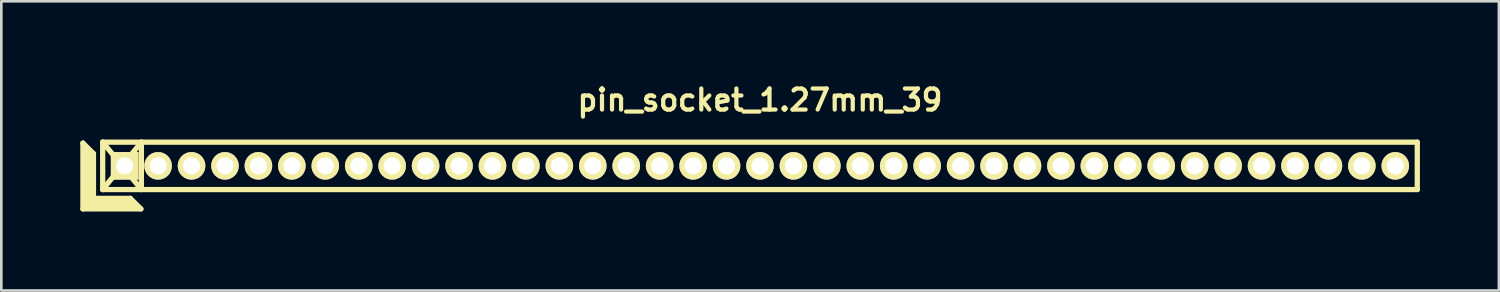
<source format=kicad_pcb>
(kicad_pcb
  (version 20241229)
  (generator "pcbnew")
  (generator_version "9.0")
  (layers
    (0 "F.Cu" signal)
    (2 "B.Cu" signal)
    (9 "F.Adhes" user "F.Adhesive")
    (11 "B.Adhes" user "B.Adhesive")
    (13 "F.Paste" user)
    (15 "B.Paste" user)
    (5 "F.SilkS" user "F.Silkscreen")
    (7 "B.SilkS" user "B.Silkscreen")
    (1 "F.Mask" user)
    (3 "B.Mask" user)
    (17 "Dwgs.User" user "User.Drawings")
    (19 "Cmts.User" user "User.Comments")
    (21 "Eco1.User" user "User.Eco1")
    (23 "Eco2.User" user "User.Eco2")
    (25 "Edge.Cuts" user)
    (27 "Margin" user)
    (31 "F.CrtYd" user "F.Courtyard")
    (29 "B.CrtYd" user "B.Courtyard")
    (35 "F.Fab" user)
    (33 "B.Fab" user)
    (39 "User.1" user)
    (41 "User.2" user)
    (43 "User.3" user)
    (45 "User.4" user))
  (footprint "pin_socket_1.27mm_39"
    (layer "F.Cu")
    (at 25.815 3.249)
    (property "Reference" "pin_socket_1.27mm_39" (at 0 -2.5 0) (layer "F.SilkS") (effects (font (size 0.8 0.8) (thickness 0.16))))
    (attr through_hole)
    (fp_line (start -25.715 -0.864) (end -25.715 1.636) (stroke (width 0.2) (type solid)) (layer "F.SilkS"))
    (fp_line (start -25.715 -0.864) (end -25.315 -0.464) (stroke (width 0.2) (type solid)) (layer "F.SilkS"))
    (fp_line (start -25.715 1.636) (end -23.515 1.636) (stroke (width 0.2) (type solid)) (layer "F.SilkS"))
    (fp_line (start -25.615 1.536) (end -25.615 -0.664) (stroke (width 0.2) (type solid)) (layer "F.SilkS"))
    (fp_line (start -25.615 1.536) (end -23.715 1.536) (stroke (width 0.2) (type solid)) (layer "F.SilkS"))
    (fp_line (start -25.515 1.436) (end -25.515 -0.564) (stroke (width 0.2) (type solid)) (layer "F.SilkS"))
    (fp_line (start -25.515 1.436) (end -23.815 1.436) (stroke (width 0.2) (type solid)) (layer "F.SilkS"))
    (fp_line (start -25.415 1.336) (end -25.415 -0.464) (stroke (width 0.2) (type solid)) (layer "F.SilkS"))
    (fp_line (start -25.415 1.336) (end -23.915 1.336) (stroke (width 0.2) (type solid)) (layer "F.SilkS"))
    (fp_line (start -25.315 1.236) (end -25.315 -0.464) (stroke (width 0.2) (type solid)) (layer "F.SilkS"))
    (fp_line (start -25.315 1.236) (end -23.915 1.236) (stroke (width 0.2) (type solid)) (layer "F.SilkS"))
    (fp_line (start -24.965 -0.9) (end -23.495 0.9) (stroke (width 0.2) (type solid)) (layer "F.SilkS"))
    (fp_line (start -24.965 -0.9) (end 24.965 -0.9) (stroke (width 0.2) (type solid)) (layer "F.SilkS"))
    (fp_line (start -24.965 0.9) (end -24.965 -0.9) (stroke (width 0.2) (type solid)) (layer "F.SilkS"))
    (fp_line (start -24.965 0.9) (end -23.495 -0.9) (stroke (width 0.2) (type solid)) (layer "F.SilkS"))
    (fp_line (start -23.915 1.236) (end -23.515 1.636) (stroke (width 0.2) (type solid)) (layer "F.SilkS"))
    (fp_line (start -23.495 -0.9) (end -23.495 0.9) (stroke (width 0.2) (type solid)) (layer "F.SilkS"))
    (fp_line (start 24.965 -0.9) (end 24.965 0.9) (stroke (width 0.2) (type solid)) (layer "F.SilkS"))
    (fp_line (start 24.965 0.9) (end -24.965 0.9) (stroke (width 0.2) (type solid)) (layer "F.SilkS"))
    (pad "1" thru_hole rect (at -24.13 0) (size 1.05 1.05) (drill 0.65) (layers "*.Cu" "*.Mask" "F.SilkS"))
    (pad "2" thru_hole oval (at -22.86 0) (size 1.05 1.05) (drill 0.65) (layers "*.Cu" "*.Mask" "F.SilkS"))
    (pad "3" thru_hole oval (at -21.59 0) (size 1.05 1.05) (drill 0.65) (layers "*.Cu" "*.Mask" "F.SilkS"))
    (pad "4" thru_hole oval (at -20.32 0) (size 1.05 1.05) (drill 0.65) (layers "*.Cu" "*.Mask" "F.SilkS"))
    (pad "5" thru_hole oval (at -19.05 0) (size 1.05 1.05) (drill 0.65) (layers "*.Cu" "*.Mask" "F.SilkS"))
    (pad "6" thru_hole oval (at -17.78 0) (size 1.05 1.05) (drill 0.65) (layers "*.Cu" "*.Mask" "F.SilkS"))
    (pad "7" thru_hole oval (at -16.51 0) (size 1.05 1.05) (drill 0.65) (layers "*.Cu" "*.Mask" "F.SilkS"))
    (pad "8" thru_hole oval (at -15.24 0) (size 1.05 1.05) (drill 0.65) (layers "*.Cu" "*.Mask" "F.SilkS"))
    (pad "9" thru_hole oval (at -13.97 0) (size 1.05 1.05) (drill 0.65) (layers "*.Cu" "*.Mask" "F.SilkS"))
    (pad "10" thru_hole oval (at -12.7 0) (size 1.05 1.05) (drill 0.65) (layers "*.Cu" "*.Mask" "F.SilkS"))
    (pad "11" thru_hole oval (at -11.43 0) (size 1.05 1.05) (drill 0.65) (layers "*.Cu" "*.Mask" "F.SilkS"))
    (pad "12" thru_hole oval (at -10.16 0) (size 1.05 1.05) (drill 0.65) (layers "*.Cu" "*.Mask" "F.SilkS"))
    (pad "13" thru_hole oval (at -8.89 0) (size 1.05 1.05) (drill 0.65) (layers "*.Cu" "*.Mask" "F.SilkS"))
    (pad "14" thru_hole oval (at -7.62 0) (size 1.05 1.05) (drill 0.65) (layers "*.Cu" "*.Mask" "F.SilkS"))
    (pad "15" thru_hole oval (at -6.35 0) (size 1.05 1.05) (drill 0.65) (layers "*.Cu" "*.Mask" "F.SilkS"))
    (pad "16" thru_hole oval (at -5.08 0) (size 1.05 1.05) (drill 0.65) (layers "*.Cu" "*.Mask" "F.SilkS"))
    (pad "17" thru_hole oval (at -3.81 0) (size 1.05 1.05) (drill 0.65) (layers "*.Cu" "*.Mask" "F.SilkS"))
    (pad "18" thru_hole oval (at -2.54 0) (size 1.05 1.05) (drill 0.65) (layers "*.Cu" "*.Mask" "F.SilkS"))
    (pad "19" thru_hole oval (at -1.27 0) (size 1.05 1.05) (drill 0.65) (layers "*.Cu" "*.Mask" "F.SilkS"))
    (pad "20" thru_hole oval (at 0 0) (size 1.05 1.05) (drill 0.65) (layers "*.Cu" "*.Mask" "F.SilkS"))
    (pad "21" thru_hole oval (at 1.27 0) (size 1.05 1.05) (drill 0.65) (layers "*.Cu" "*.Mask" "F.SilkS"))
    (pad "22" thru_hole oval (at 2.54 0) (size 1.05 1.05) (drill 0.65) (layers "*.Cu" "*.Mask" "F.SilkS"))
    (pad "23" thru_hole oval (at 3.81 0) (size 1.05 1.05) (drill 0.65) (layers "*.Cu" "*.Mask" "F.SilkS"))
    (pad "24" thru_hole oval (at 5.08 0) (size 1.05 1.05) (drill 0.65) (layers "*.Cu" "*.Mask" "F.SilkS"))
    (pad "25" thru_hole oval (at 6.35 0) (size 1.05 1.05) (drill 0.65) (layers "*.Cu" "*.Mask" "F.SilkS"))
    (pad "26" thru_hole oval (at 7.62 0) (size 1.05 1.05) (drill 0.65) (layers "*.Cu" "*.Mask" "F.SilkS"))
    (pad "27" thru_hole oval (at 8.89 0) (size 1.05 1.05) (drill 0.65) (layers "*.Cu" "*.Mask" "F.SilkS"))
    (pad "28" thru_hole oval (at 10.16 0) (size 1.05 1.05) (drill 0.65) (layers "*.Cu" "*.Mask" "F.SilkS"))
    (pad "29" thru_hole oval (at 11.43 0) (size 1.05 1.05) (drill 0.65) (layers "*.Cu" "*.Mask" "F.SilkS"))
    (pad "30" thru_hole oval (at 12.7 0) (size 1.05 1.05) (drill 0.65) (layers "*.Cu" "*.Mask" "F.SilkS"))
    (pad "31" thru_hole oval (at 13.97 0) (size 1.05 1.05) (drill 0.65) (layers "*.Cu" "*.Mask" "F.SilkS"))
    (pad "32" thru_hole oval (at 15.24 0) (size 1.05 1.05) (drill 0.65) (layers "*.Cu" "*.Mask" "F.SilkS"))
    (pad "33" thru_hole oval (at 16.51 0) (size 1.05 1.05) (drill 0.65) (layers "*.Cu" "*.Mask" "F.SilkS"))
    (pad "34" thru_hole oval (at 17.78 0) (size 1.05 1.05) (drill 0.65) (layers "*.Cu" "*.Mask" "F.SilkS"))
    (pad "35" thru_hole oval (at 19.05 0) (size 1.05 1.05) (drill 0.65) (layers "*.Cu" "*.Mask" "F.SilkS"))
    (pad "36" thru_hole oval (at 20.32 0) (size 1.05 1.05) (drill 0.65) (layers "*.Cu" "*.Mask" "F.SilkS"))
    (pad "37" thru_hole oval (at 21.59 0) (size 1.05 1.05) (drill 0.65) (layers "*.Cu" "*.Mask" "F.SilkS"))
    (pad "38" thru_hole oval (at 22.86 0) (size 1.05 1.05) (drill 0.65) (layers "*.Cu" "*.Mask" "F.SilkS"))
    (pad "39" thru_hole oval (at 24.13 0) (size 1.05 1.05) (drill 0.65) (layers "*.Cu" "*.Mask" "F.SilkS")))
  (gr_rect
    (start -3 -3)
    (end 53.88 7.985)
    (stroke (width 0.1) (type default))
    (fill no)
    (layer "Edge.Cuts")))
</source>
